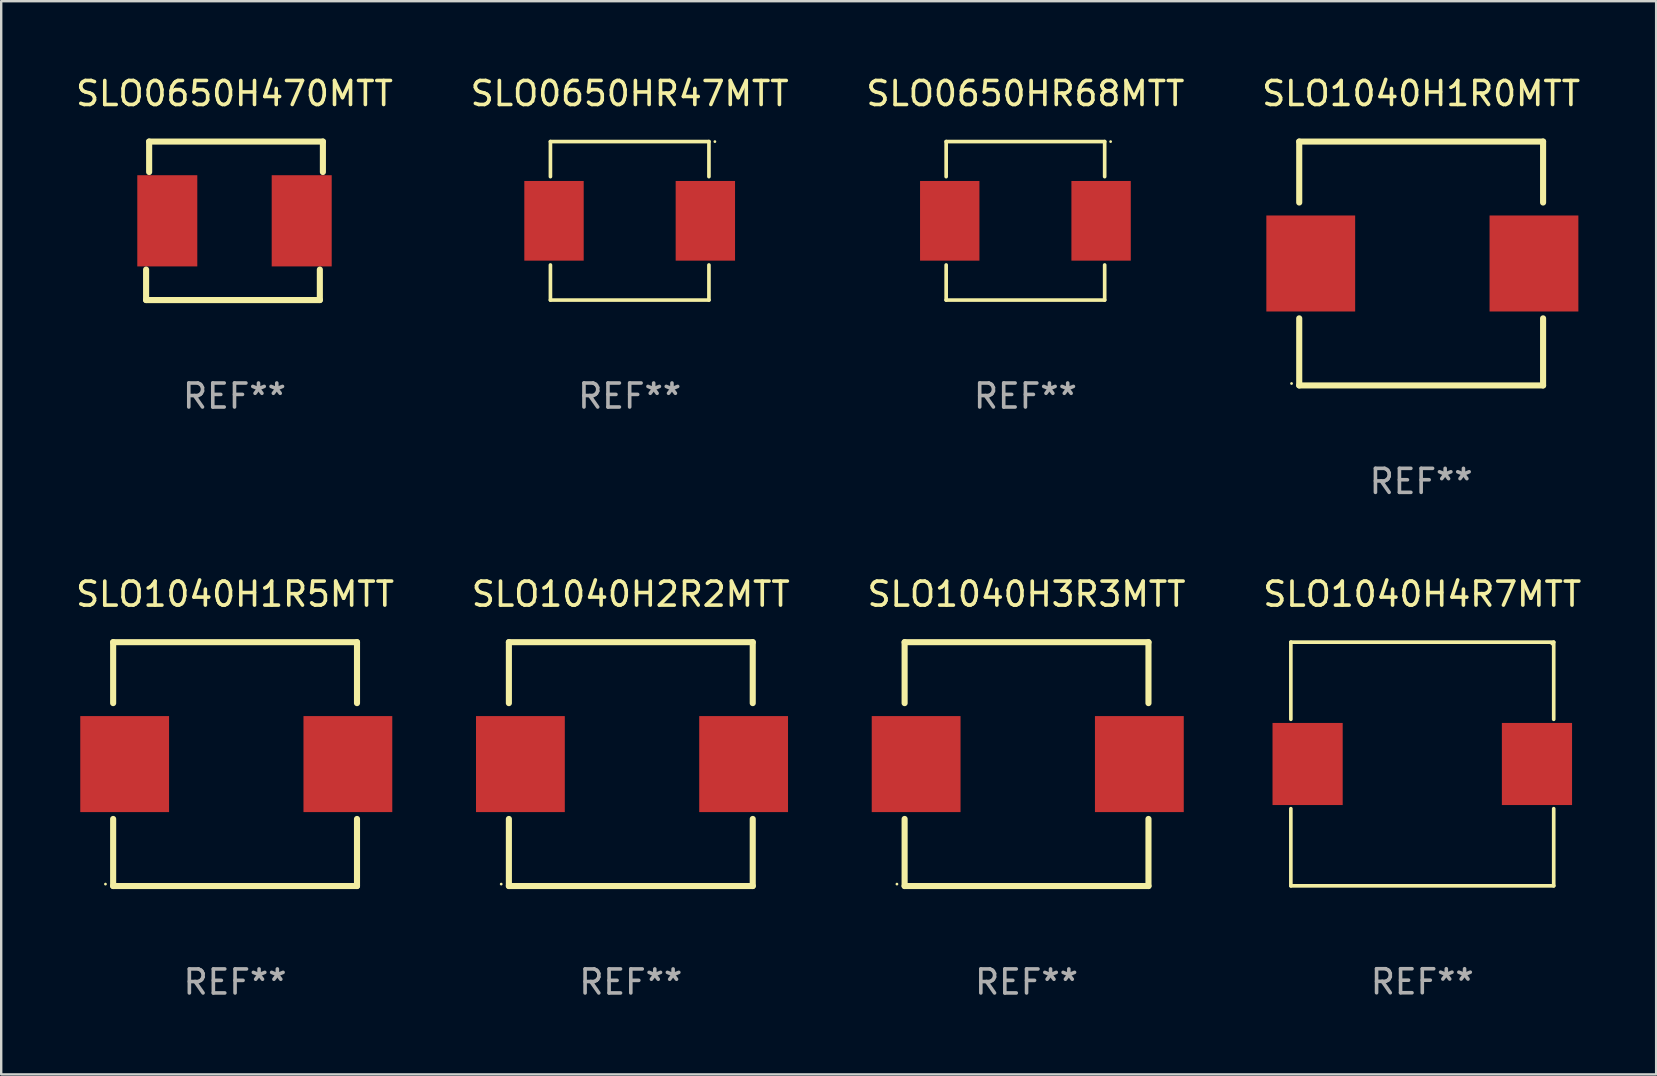
<source format=kicad_pcb>
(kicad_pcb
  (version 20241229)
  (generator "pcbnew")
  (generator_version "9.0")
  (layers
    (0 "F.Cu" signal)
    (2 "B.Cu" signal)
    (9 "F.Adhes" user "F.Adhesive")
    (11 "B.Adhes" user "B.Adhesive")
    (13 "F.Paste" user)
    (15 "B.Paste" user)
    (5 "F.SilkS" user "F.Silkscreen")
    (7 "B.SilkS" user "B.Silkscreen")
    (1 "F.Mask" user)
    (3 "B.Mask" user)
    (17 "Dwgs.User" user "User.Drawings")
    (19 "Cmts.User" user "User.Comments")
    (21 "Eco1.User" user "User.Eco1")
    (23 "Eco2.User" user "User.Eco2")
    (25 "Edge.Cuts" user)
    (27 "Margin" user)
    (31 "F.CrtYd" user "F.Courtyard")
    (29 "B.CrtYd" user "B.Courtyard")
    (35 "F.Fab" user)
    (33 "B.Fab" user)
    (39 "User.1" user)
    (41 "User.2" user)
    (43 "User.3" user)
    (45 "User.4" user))
  (footprint "SLO0650HR68MTT"
    (layer "F.Cu")
    (at 39.673 6.15)
    (property "Reference" "SLO0650HR68MTT" (at 0 -5.302 0) (layer "F.SilkS") (effects (font (size 1 1) (thickness 0.15))))
    (attr through_hole)
    (fp_line (start -3.302 -3.302) (end -3.302 -1.84) (stroke (width 0.152) (type solid)) (layer "F.SilkS"))
    (fp_line (start -3.302 1.84) (end -3.302 3.302) (stroke (width 0.152) (type solid)) (layer "F.SilkS"))
    (fp_line (start -3.302 3.302) (end 3.302 3.302) (stroke (width 0.152) (type solid)) (layer "F.SilkS"))
    (fp_line (start 3.302 -3.302) (end -3.302 -3.302) (stroke (width 0.152) (type solid)) (layer "F.SilkS"))
    (fp_line (start 3.302 -1.84) (end 3.302 -3.302) (stroke (width 0.152) (type solid)) (layer "F.SilkS"))
    (fp_line (start 3.302 3.302) (end 3.302 1.84) (stroke (width 0.152) (type solid)) (layer "F.SilkS"))
    (fp_circle (center 3.55 -3.3) (end 3.58 -3.3) (stroke (width 0.06) (type solid)) (fill no) (layer "F.SilkS"))
    (fp_text user "REF**" (at 0 7.302 0) (layer "F.Fab") (effects (font (size 1 1) (thickness 0.15))))
    (pad "1" smd rect (at 3.153 0) (size 2.474 3.32) (layers "F.Cu" "F.Mask" "F.Paste"))
    (pad "2" smd rect (at -3.153 0) (size 2.474 3.32) (layers "F.Cu" "F.Mask" "F.Paste")))
  (footprint "SLO1040H1R0MTT"
    (layer "F.Cu")
    (at 56.161 7.928)
    (property "Reference" "SLO1040H1R0MTT" (at 0 -7.08 0) (layer "F.SilkS") (effects (font (size 1 1) (thickness 0.15))))
    (attr through_hole)
    (fp_line (start -5.08 -5.08) (end -5.08 -2.54) (stroke (width 0.254) (type solid)) (layer "F.SilkS"))
    (fp_line (start -5.08 -5.08) (end 5.08 -5.08) (stroke (width 0.254) (type solid)) (layer "F.SilkS"))
    (fp_line (start -5.08 2.286) (end -5.08 5.08) (stroke (width 0.254) (type solid)) (layer "F.SilkS"))
    (fp_line (start -5.08 5.08) (end 5.08 5.08) (stroke (width 0.254) (type solid)) (layer "F.SilkS"))
    (fp_line (start 5.08 -5.08) (end 5.08 -2.54) (stroke (width 0.254) (type solid)) (layer "F.SilkS"))
    (fp_line (start 5.08 5.08) (end 5.08 2.286) (stroke (width 0.254) (type solid)) (layer "F.SilkS"))
    (fp_circle (center -5.4 5) (end -5.37 5) (stroke (width 0.06) (type solid)) (fill no) (layer "F.SilkS"))
    (fp_text user "REF**" (at 0 9.08 0) (layer "F.Fab") (effects (font (size 1 1) (thickness 0.15))))
    (pad "1" smd rect (at -4.6 0) (size 3.7 4) (layers "F.Cu" "F.Mask" "F.Paste"))
    (pad "2" smd rect (at 4.7 0) (size 3.7 4) (layers "F.Cu" "F.Mask" "F.Paste")))
  (footprint "SLO1040H1R5MTT"
    (layer "F.Cu")
    (at 6.744 28.785)
    (property "Reference" "SLO1040H1R5MTT" (at 0 -7.08 0) (layer "F.SilkS") (effects (font (size 1 1) (thickness 0.15))))
    (attr through_hole)
    (fp_line (start -5.08 -5.08) (end -5.08 -2.54) (stroke (width 0.254) (type solid)) (layer "F.SilkS"))
    (fp_line (start -5.08 -5.08) (end 5.08 -5.08) (stroke (width 0.254) (type solid)) (layer "F.SilkS"))
    (fp_line (start -5.08 2.286) (end -5.08 5.08) (stroke (width 0.254) (type solid)) (layer "F.SilkS"))
    (fp_line (start -5.08 5.08) (end 5.08 5.08) (stroke (width 0.254) (type solid)) (layer "F.SilkS"))
    (fp_line (start 5.08 -5.08) (end 5.08 -2.54) (stroke (width 0.254) (type solid)) (layer "F.SilkS"))
    (fp_line (start 5.08 5.08) (end 5.08 2.286) (stroke (width 0.254) (type solid)) (layer "F.SilkS"))
    (fp_circle (center -5.4 5) (end -5.37 5) (stroke (width 0.06) (type solid)) (fill no) (layer "F.SilkS"))
    (fp_text user "REF**" (at 0 9.08 0) (layer "F.Fab") (effects (font (size 1 1) (thickness 0.15))))
    (pad "1" smd rect (at -4.6 0) (size 3.7 4) (layers "F.Cu" "F.Mask" "F.Paste"))
    (pad "2" smd rect (at 4.7 0) (size 3.7 4) (layers "F.Cu" "F.Mask" "F.Paste")))
  (footprint "SLO1040H4R7MTT"
    (layer "F.Cu")
    (at 56.208 28.781)
    (property "Reference" "SLO1040H4R7MTT" (at 0 -7.076 0) (layer "F.SilkS") (effects (font (size 1 1) (thickness 0.15))))
    (attr through_hole)
    (fp_line (start -5.476 -5.076) (end 5.476 -5.076) (stroke (width 0.152) (type solid)) (layer "F.SilkS"))
    (fp_line (start -5.476 -1.862) (end -5.476 -5.076) (stroke (width 0.152) (type solid)) (layer "F.SilkS"))
    (fp_line (start -5.476 1.862) (end -5.476 5.076) (stroke (width 0.152) (type solid)) (layer "F.SilkS"))
    (fp_line (start -5.476 5.076) (end 5.476 5.076) (stroke (width 0.152) (type solid)) (layer "F.SilkS"))
    (fp_line (start 5.476 -5.076) (end 5.476 -1.862) (stroke (width 0.152) (type solid)) (layer "F.SilkS"))
    (fp_line (start 5.476 5.076) (end 5.476 1.862) (stroke (width 0.152) (type solid)) (layer "F.SilkS"))
    (fp_circle (center 5.4 -5) (end 5.43 -5) (stroke (width 0.06) (type solid)) (fill no) (layer "F.SilkS"))
    (fp_text user "REF**" (at 0 9.076 0) (layer "F.Fab") (effects (font (size 1 1) (thickness 0.15))))
    (pad "1" smd rect (at 4.778 0) (size 2.924 3.42) (layers "F.Cu" "F.Mask" "F.Paste"))
    (pad "2" smd rect (at -4.778 0) (size 2.924 3.42) (layers "F.Cu" "F.Mask" "F.Paste")))
  (footprint "SLO0650H470MTT"
    (layer "F.Cu")
    (at 6.72 6.15)
    (property "Reference" "SLO0650H470MTT" (at 0 -5.302 0) (layer "F.SilkS") (effects (font (size 1 1) (thickness 0.15))))
    (attr through_hole)
    (fp_line (start -3.683 3.302) (end -3.683 2.032) (stroke (width 0.254) (type solid)) (layer "F.SilkS"))
    (fp_line (start -3.556 -3.302) (end 3.683 -3.302) (stroke (width 0.254) (type solid)) (layer "F.SilkS"))
    (fp_line (start -3.556 -2.032) (end -3.556 -3.302) (stroke (width 0.254) (type solid)) (layer "F.SilkS"))
    (fp_line (start 3.556 2.032) (end 3.556 3.302) (stroke (width 0.254) (type solid)) (layer "F.SilkS"))
    (fp_line (start 3.556 3.302) (end -3.683 3.302) (stroke (width 0.254) (type solid)) (layer "F.SilkS"))
    (fp_line (start 3.683 -3.302) (end 3.683 -2.032) (stroke (width 0.254) (type solid)) (layer "F.SilkS"))
    (fp_circle (center -3.55 3.3) (end -3.52 3.3) (stroke (width 0.06) (type solid)) (fill no) (layer "F.SilkS"))
    (fp_text user "REF**" (at 0 7.302 0) (layer "F.Fab") (effects (font (size 1 1) (thickness 0.15))))
    (pad "1" smd rect (at -2.8 0) (size 2.5 3.8) (layers "F.Cu" "F.Mask" "F.Paste"))
    (pad "2" smd rect (at 2.8 0) (size 2.5 3.8) (layers "F.Cu" "F.Mask" "F.Paste")))
  (footprint "SLO1040H2R2MTT"
    (layer "F.Cu")
    (at 23.232 28.785)
    (property "Reference" "SLO1040H2R2MTT" (at 0 -7.08 0) (layer "F.SilkS") (effects (font (size 1 1) (thickness 0.15))))
    (attr through_hole)
    (fp_line (start -5.08 -5.08) (end -5.08 -2.54) (stroke (width 0.254) (type solid)) (layer "F.SilkS"))
    (fp_line (start -5.08 -5.08) (end 5.08 -5.08) (stroke (width 0.254) (type solid)) (layer "F.SilkS"))
    (fp_line (start -5.08 2.286) (end -5.08 5.08) (stroke (width 0.254) (type solid)) (layer "F.SilkS"))
    (fp_line (start -5.08 5.08) (end 5.08 5.08) (stroke (width 0.254) (type solid)) (layer "F.SilkS"))
    (fp_line (start 5.08 -5.08) (end 5.08 -2.54) (stroke (width 0.254) (type solid)) (layer "F.SilkS"))
    (fp_line (start 5.08 5.08) (end 5.08 2.286) (stroke (width 0.254) (type solid)) (layer "F.SilkS"))
    (fp_circle (center -5.4 5) (end -5.37 5) (stroke (width 0.06) (type solid)) (fill no) (layer "F.SilkS"))
    (fp_text user "REF**" (at 0 9.08 0) (layer "F.Fab") (effects (font (size 1 1) (thickness 0.15))))
    (pad "1" smd rect (at -4.6 0) (size 3.7 4) (layers "F.Cu" "F.Mask" "F.Paste"))
    (pad "2" smd rect (at 4.7 0) (size 3.7 4) (layers "F.Cu" "F.Mask" "F.Paste")))
  (footprint "SLO1040H3R3MTT"
    (layer "F.Cu")
    (at 39.72 28.785)
    (property "Reference" "SLO1040H3R3MTT" (at 0 -7.08 0) (layer "F.SilkS") (effects (font (size 1 1) (thickness 0.15))))
    (attr through_hole)
    (fp_line (start -5.08 -5.08) (end -5.08 -2.54) (stroke (width 0.254) (type solid)) (layer "F.SilkS"))
    (fp_line (start -5.08 -5.08) (end 5.08 -5.08) (stroke (width 0.254) (type solid)) (layer "F.SilkS"))
    (fp_line (start -5.08 2.286) (end -5.08 5.08) (stroke (width 0.254) (type solid)) (layer "F.SilkS"))
    (fp_line (start -5.08 5.08) (end 5.08 5.08) (stroke (width 0.254) (type solid)) (layer "F.SilkS"))
    (fp_line (start 5.08 -5.08) (end 5.08 -2.54) (stroke (width 0.254) (type solid)) (layer "F.SilkS"))
    (fp_line (start 5.08 5.08) (end 5.08 2.286) (stroke (width 0.254) (type solid)) (layer "F.SilkS"))
    (fp_circle (center -5.4 5) (end -5.37 5) (stroke (width 0.06) (type solid)) (fill no) (layer "F.SilkS"))
    (fp_text user "REF**" (at 0 9.08 0) (layer "F.Fab") (effects (font (size 1 1) (thickness 0.15))))
    (pad "1" smd rect (at -4.6 0) (size 3.7 4) (layers "F.Cu" "F.Mask" "F.Paste"))
    (pad "2" smd rect (at 4.7 0) (size 3.7 4) (layers "F.Cu" "F.Mask" "F.Paste")))
  (footprint "SLO0650HR47MTT"
    (layer "F.Cu")
    (at 23.185 6.15)
    (property "Reference" "SLO0650HR47MTT" (at 0 -5.302 0) (layer "F.SilkS") (effects (font (size 1 1) (thickness 0.15))))
    (attr through_hole)
    (fp_line (start -3.302 -3.302) (end -3.302 -1.84) (stroke (width 0.152) (type solid)) (layer "F.SilkS"))
    (fp_line (start -3.302 1.84) (end -3.302 3.302) (stroke (width 0.152) (type solid)) (layer "F.SilkS"))
    (fp_line (start -3.302 3.302) (end 3.302 3.302) (stroke (width 0.152) (type solid)) (layer "F.SilkS"))
    (fp_line (start 3.302 -3.302) (end -3.302 -3.302) (stroke (width 0.152) (type solid)) (layer "F.SilkS"))
    (fp_line (start 3.302 -1.84) (end 3.302 -3.302) (stroke (width 0.152) (type solid)) (layer "F.SilkS"))
    (fp_line (start 3.302 3.302) (end 3.302 1.84) (stroke (width 0.152) (type solid)) (layer "F.SilkS"))
    (fp_circle (center 3.55 -3.3) (end 3.58 -3.3) (stroke (width 0.06) (type solid)) (fill no) (layer "F.SilkS"))
    (fp_text user "REF**" (at 0 7.302 0) (layer "F.Fab") (effects (font (size 1 1) (thickness 0.15))))
    (pad "1" smd rect (at 3.153 0) (size 2.474 3.32) (layers "F.Cu" "F.Mask" "F.Paste"))
    (pad "2" smd rect (at -3.153 0) (size 2.474 3.32) (layers "F.Cu" "F.Mask" "F.Paste")))
  (gr_rect
    (start -3 -3)
    (end 65.952 41.713)
    (stroke (width 0.1) (type default))
    (fill no)
    (layer "Edge.Cuts")))
</source>
